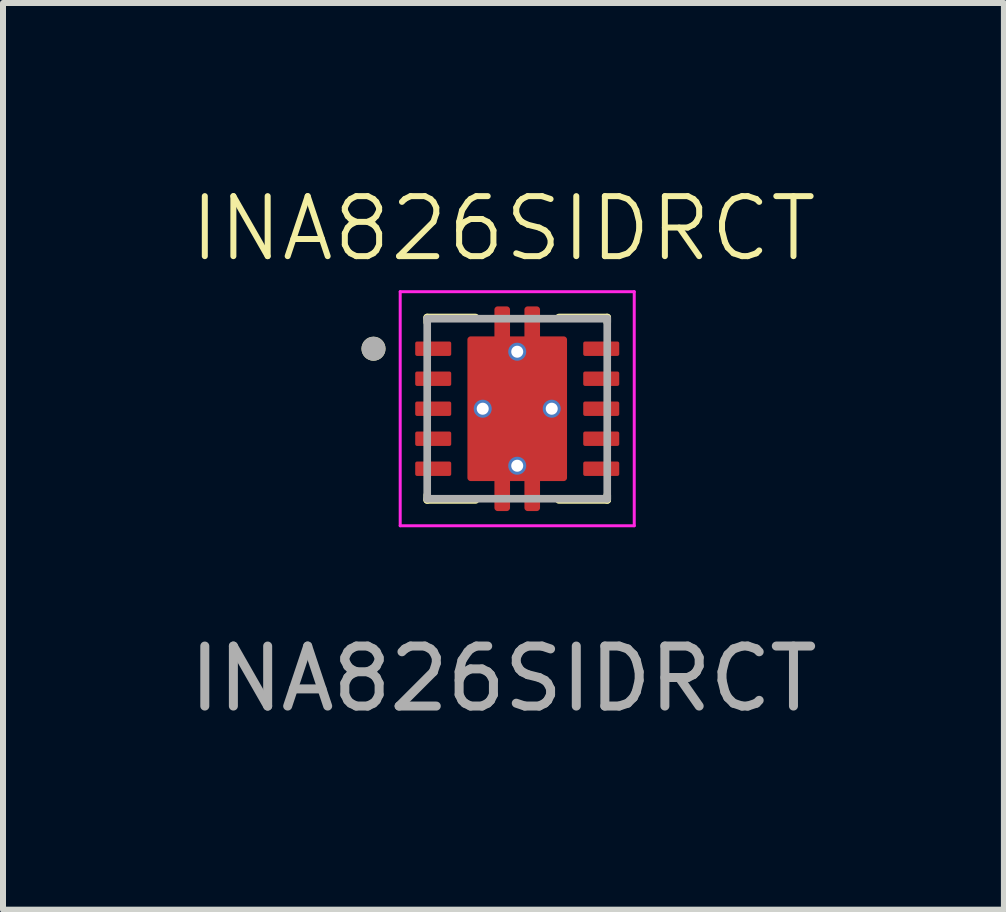
<source format=kicad_pcb>
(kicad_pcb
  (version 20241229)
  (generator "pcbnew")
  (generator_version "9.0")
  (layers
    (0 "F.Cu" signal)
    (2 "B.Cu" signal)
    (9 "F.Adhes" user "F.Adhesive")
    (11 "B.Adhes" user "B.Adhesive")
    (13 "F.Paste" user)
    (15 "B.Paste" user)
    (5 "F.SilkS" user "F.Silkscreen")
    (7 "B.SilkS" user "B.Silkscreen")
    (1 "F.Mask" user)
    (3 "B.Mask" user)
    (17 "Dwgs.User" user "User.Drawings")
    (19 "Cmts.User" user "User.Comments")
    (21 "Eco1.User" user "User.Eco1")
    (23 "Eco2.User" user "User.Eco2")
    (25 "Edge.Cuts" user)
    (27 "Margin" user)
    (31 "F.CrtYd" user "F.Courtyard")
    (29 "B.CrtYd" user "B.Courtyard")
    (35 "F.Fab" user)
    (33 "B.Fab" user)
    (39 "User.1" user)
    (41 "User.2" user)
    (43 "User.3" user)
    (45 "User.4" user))
  (footprint "INA826SIDRCT"
    (layer "F.Cu")
    (at 5.339 5.761)
    (property "Reference" "INA826SIDRCT" (at 0 -5 0) (unlocked yes) (layer "F.SilkS") (effects (font (size 1 1) (thickness 0.1))))
    (attr smd)
    (fp_poly (pts (xy -1.49 -3.19) (xy -0.85 -3.19) (xy -0.847 -3.19) (xy -0.845 -3.19) (xy -0.842 -3.189) (xy -0.84 -3.189) (xy -0.837 -3.188) (xy -0.835 -3.188) (xy -0.832 -3.187) (xy -0.83 -3.186) (xy -0.827 -3.185) (xy -0.825 -3.183) (xy -0.823 -3.182) (xy -0.821 -3.18) (xy -0.819 -3.179) (xy -0.817 -3.177) (xy -0.815 -3.175) (xy -0.813 -3.173) (xy -0.811 -3.171) (xy -0.81 -3.169) (xy -0.808 -3.167) (xy -0.807 -3.165) (xy -0.805 -3.163) (xy -0.804 -3.16) (xy -0.803 -3.158) (xy -0.802 -3.155) (xy -0.802 -3.153) (xy -0.801 -3.15) (xy -0.801 -3.148) (xy -0.8 -3.145) (xy -0.8 -3.143) (xy -0.8 -3.14) (xy -0.8 -2.86) (xy -0.8 -2.857) (xy -0.8 -2.855) (xy -0.801 -2.852) (xy -0.801 -2.85) (xy -0.802 -2.847) (xy -0.802 -2.845) (xy -0.803 -2.842) (xy -0.804 -2.84) (xy -0.805 -2.837) (xy -0.807 -2.835) (xy -0.808 -2.833) (xy -0.81 -2.831) (xy -0.811 -2.829) (xy -0.813 -2.827) (xy -0.815 -2.825) (xy -0.817 -2.823) (xy -0.819 -2.821) (xy -0.821 -2.82) (xy -0.823 -2.818) (xy -0.825 -2.817) (xy -0.827 -2.815) (xy -0.83 -2.814) (xy -0.832 -2.813) (xy -0.835 -2.812) (xy -0.837 -2.812) (xy -0.84 -2.811) (xy -0.842 -2.811) (xy -0.845 -2.81) (xy -0.847 -2.81) (xy -0.85 -2.81) (xy -1.49 -2.81) (xy -1.493 -2.81) (xy -1.495 -2.81) (xy -1.498 -2.811) (xy -1.5 -2.811) (xy -1.503 -2.812) (xy -1.505 -2.812) (xy -1.508 -2.813) (xy -1.51 -2.814) (xy -1.513 -2.815) (xy -1.515 -2.817) (xy -1.517 -2.818) (xy -1.519 -2.82) (xy -1.521 -2.821) (xy -1.523 -2.823) (xy -1.525 -2.825) (xy -1.527 -2.827) (xy -1.529 -2.829) (xy -1.53 -2.831) (xy -1.532 -2.833) (xy -1.533 -2.835) (xy -1.535 -2.837) (xy -1.536 -2.84) (xy -1.537 -2.842) (xy -1.538 -2.845) (xy -1.538 -2.847) (xy -1.539 -2.85) (xy -1.539 -2.852) (xy -1.54 -2.855) (xy -1.54 -2.857) (xy -1.54 -2.86) (xy -1.54 -3.14) (xy -1.54 -3.143) (xy -1.54 -3.145) (xy -1.539 -3.148) (xy -1.539 -3.15) (xy -1.538 -3.153) (xy -1.538 -3.155) (xy -1.537 -3.158) (xy -1.536 -3.16) (xy -1.535 -3.163) (xy -1.533 -3.165) (xy -1.532 -3.167) (xy -1.53 -3.169) (xy -1.529 -3.171) (xy -1.527 -3.173) (xy -1.525 -3.175) (xy -1.523 -3.177) (xy -1.521 -3.179) (xy -1.519 -3.18) (xy -1.517 -3.182) (xy -1.515 -3.183) (xy -1.513 -3.185) (xy -1.51 -3.186) (xy -1.508 -3.187) (xy -1.505 -3.188) (xy -1.503 -3.188) (xy -1.5 -3.189) (xy -1.498 -3.189) (xy -1.495 -3.19) (xy -1.493 -3.19) (xy -1.49 -3.19)) (stroke (width 0.01) (type solid)) (fill yes) (layer "F.Mask"))
    (fp_poly (pts (xy -1.49 -2.69) (xy -0.85 -2.69) (xy -0.847 -2.69) (xy -0.845 -2.69) (xy -0.842 -2.689) (xy -0.84 -2.689) (xy -0.837 -2.688) (xy -0.835 -2.688) (xy -0.832 -2.687) (xy -0.83 -2.686) (xy -0.827 -2.685) (xy -0.825 -2.683) (xy -0.823 -2.682) (xy -0.821 -2.68) (xy -0.819 -2.679) (xy -0.817 -2.677) (xy -0.815 -2.675) (xy -0.813 -2.673) (xy -0.811 -2.671) (xy -0.81 -2.669) (xy -0.808 -2.667) (xy -0.807 -2.665) (xy -0.805 -2.663) (xy -0.804 -2.66) (xy -0.803 -2.658) (xy -0.802 -2.655) (xy -0.802 -2.653) (xy -0.801 -2.65) (xy -0.801 -2.648) (xy -0.8 -2.645) (xy -0.8 -2.643) (xy -0.8 -2.64) (xy -0.8 -2.36) (xy -0.8 -2.357) (xy -0.8 -2.355) (xy -0.801 -2.352) (xy -0.801 -2.35) (xy -0.802 -2.347) (xy -0.802 -2.345) (xy -0.803 -2.342) (xy -0.804 -2.34) (xy -0.805 -2.337) (xy -0.807 -2.335) (xy -0.808 -2.333) (xy -0.81 -2.331) (xy -0.811 -2.329) (xy -0.813 -2.327) (xy -0.815 -2.325) (xy -0.817 -2.323) (xy -0.819 -2.321) (xy -0.821 -2.32) (xy -0.823 -2.318) (xy -0.825 -2.317) (xy -0.827 -2.315) (xy -0.83 -2.314) (xy -0.832 -2.313) (xy -0.835 -2.312) (xy -0.837 -2.312) (xy -0.84 -2.311) (xy -0.842 -2.311) (xy -0.845 -2.31) (xy -0.847 -2.31) (xy -0.85 -2.31) (xy -1.49 -2.31) (xy -1.493 -2.31) (xy -1.495 -2.31) (xy -1.498 -2.311) (xy -1.5 -2.311) (xy -1.503 -2.312) (xy -1.505 -2.312) (xy -1.508 -2.313) (xy -1.51 -2.314) (xy -1.513 -2.315) (xy -1.515 -2.317) (xy -1.517 -2.318) (xy -1.519 -2.32) (xy -1.521 -2.321) (xy -1.523 -2.323) (xy -1.525 -2.325) (xy -1.527 -2.327) (xy -1.529 -2.329) (xy -1.53 -2.331) (xy -1.532 -2.333) (xy -1.533 -2.335) (xy -1.535 -2.337) (xy -1.536 -2.34) (xy -1.537 -2.342) (xy -1.538 -2.345) (xy -1.538 -2.347) (xy -1.539 -2.35) (xy -1.539 -2.352) (xy -1.54 -2.355) (xy -1.54 -2.357) (xy -1.54 -2.36) (xy -1.54 -2.64) (xy -1.54 -2.643) (xy -1.54 -2.645) (xy -1.539 -2.648) (xy -1.539 -2.65) (xy -1.538 -2.653) (xy -1.538 -2.655) (xy -1.537 -2.658) (xy -1.536 -2.66) (xy -1.535 -2.663) (xy -1.533 -2.665) (xy -1.532 -2.667) (xy -1.53 -2.669) (xy -1.529 -2.671) (xy -1.527 -2.673) (xy -1.525 -2.675) (xy -1.523 -2.677) (xy -1.521 -2.679) (xy -1.519 -2.68) (xy -1.517 -2.682) (xy -1.515 -2.683) (xy -1.513 -2.685) (xy -1.51 -2.686) (xy -1.508 -2.687) (xy -1.505 -2.688) (xy -1.503 -2.688) (xy -1.5 -2.689) (xy -1.498 -2.689) (xy -1.495 -2.69) (xy -1.493 -2.69) (xy -1.49 -2.69)) (stroke (width 0.01) (type solid)) (fill yes) (layer "F.Mask"))
    (fp_poly (pts (xy -1.49 -2.19) (xy -0.85 -2.19) (xy -0.847 -2.19) (xy -0.845 -2.19) (xy -0.842 -2.189) (xy -0.84 -2.189) (xy -0.837 -2.188) (xy -0.835 -2.188) (xy -0.832 -2.187) (xy -0.83 -2.186) (xy -0.827 -2.185) (xy -0.825 -2.183) (xy -0.823 -2.182) (xy -0.821 -2.18) (xy -0.819 -2.179) (xy -0.817 -2.177) (xy -0.815 -2.175) (xy -0.813 -2.173) (xy -0.811 -2.171) (xy -0.81 -2.169) (xy -0.808 -2.167) (xy -0.807 -2.165) (xy -0.805 -2.163) (xy -0.804 -2.16) (xy -0.803 -2.158) (xy -0.802 -2.155) (xy -0.802 -2.153) (xy -0.801 -2.15) (xy -0.801 -2.148) (xy -0.8 -2.145) (xy -0.8 -2.143) (xy -0.8 -2.14) (xy -0.8 -1.86) (xy -0.8 -1.857) (xy -0.8 -1.855) (xy -0.801 -1.852) (xy -0.801 -1.85) (xy -0.802 -1.847) (xy -0.802 -1.845) (xy -0.803 -1.842) (xy -0.804 -1.84) (xy -0.805 -1.837) (xy -0.807 -1.835) (xy -0.808 -1.833) (xy -0.81 -1.831) (xy -0.811 -1.829) (xy -0.813 -1.827) (xy -0.815 -1.825) (xy -0.817 -1.823) (xy -0.819 -1.821) (xy -0.821 -1.82) (xy -0.823 -1.818) (xy -0.825 -1.817) (xy -0.827 -1.815) (xy -0.83 -1.814) (xy -0.832 -1.813) (xy -0.835 -1.812) (xy -0.837 -1.812) (xy -0.84 -1.811) (xy -0.842 -1.811) (xy -0.845 -1.81) (xy -0.847 -1.81) (xy -0.85 -1.81) (xy -1.49 -1.81) (xy -1.493 -1.81) (xy -1.495 -1.81) (xy -1.498 -1.811) (xy -1.5 -1.811) (xy -1.503 -1.812) (xy -1.505 -1.812) (xy -1.508 -1.813) (xy -1.51 -1.814) (xy -1.513 -1.815) (xy -1.515 -1.817) (xy -1.517 -1.818) (xy -1.519 -1.82) (xy -1.521 -1.821) (xy -1.523 -1.823) (xy -1.525 -1.825) (xy -1.527 -1.827) (xy -1.529 -1.829) (xy -1.53 -1.831) (xy -1.532 -1.833) (xy -1.533 -1.835) (xy -1.535 -1.837) (xy -1.536 -1.84) (xy -1.537 -1.842) (xy -1.538 -1.845) (xy -1.538 -1.847) (xy -1.539 -1.85) (xy -1.539 -1.852) (xy -1.54 -1.855) (xy -1.54 -1.857) (xy -1.54 -1.86) (xy -1.54 -2.14) (xy -1.54 -2.143) (xy -1.54 -2.145) (xy -1.539 -2.148) (xy -1.539 -2.15) (xy -1.538 -2.153) (xy -1.538 -2.155) (xy -1.537 -2.158) (xy -1.536 -2.16) (xy -1.535 -2.163) (xy -1.533 -2.165) (xy -1.532 -2.167) (xy -1.53 -2.169) (xy -1.529 -2.171) (xy -1.527 -2.173) (xy -1.525 -2.175) (xy -1.523 -2.177) (xy -1.521 -2.179) (xy -1.519 -2.18) (xy -1.517 -2.182) (xy -1.515 -2.183) (xy -1.513 -2.185) (xy -1.51 -2.186) (xy -1.508 -2.187) (xy -1.505 -2.188) (xy -1.503 -2.188) (xy -1.5 -2.189) (xy -1.498 -2.189) (xy -1.495 -2.19) (xy -1.493 -2.19) (xy -1.49 -2.19)) (stroke (width 0.01) (type solid)) (fill yes) (layer "F.Mask"))
    (fp_poly (pts (xy -1.49 -1.69) (xy -0.85 -1.69) (xy -0.847 -1.69) (xy -0.845 -1.69) (xy -0.842 -1.689) (xy -0.84 -1.689) (xy -0.837 -1.688) (xy -0.835 -1.688) (xy -0.832 -1.687) (xy -0.83 -1.686) (xy -0.827 -1.685) (xy -0.825 -1.683) (xy -0.823 -1.682) (xy -0.821 -1.68) (xy -0.819 -1.679) (xy -0.817 -1.677) (xy -0.815 -1.675) (xy -0.813 -1.673) (xy -0.811 -1.671) (xy -0.81 -1.669) (xy -0.808 -1.667) (xy -0.807 -1.665) (xy -0.805 -1.663) (xy -0.804 -1.66) (xy -0.803 -1.658) (xy -0.802 -1.655) (xy -0.802 -1.653) (xy -0.801 -1.65) (xy -0.801 -1.648) (xy -0.8 -1.645) (xy -0.8 -1.643) (xy -0.8 -1.64) (xy -0.8 -1.36) (xy -0.8 -1.357) (xy -0.8 -1.355) (xy -0.801 -1.352) (xy -0.801 -1.35) (xy -0.802 -1.347) (xy -0.802 -1.345) (xy -0.803 -1.342) (xy -0.804 -1.34) (xy -0.805 -1.337) (xy -0.807 -1.335) (xy -0.808 -1.333) (xy -0.81 -1.331) (xy -0.811 -1.329) (xy -0.813 -1.327) (xy -0.815 -1.325) (xy -0.817 -1.323) (xy -0.819 -1.321) (xy -0.821 -1.32) (xy -0.823 -1.318) (xy -0.825 -1.317) (xy -0.827 -1.315) (xy -0.83 -1.314) (xy -0.832 -1.313) (xy -0.835 -1.312) (xy -0.837 -1.312) (xy -0.84 -1.311) (xy -0.842 -1.311) (xy -0.845 -1.31) (xy -0.847 -1.31) (xy -0.85 -1.31) (xy -1.49 -1.31) (xy -1.493 -1.31) (xy -1.495 -1.31) (xy -1.498 -1.311) (xy -1.5 -1.311) (xy -1.503 -1.312) (xy -1.505 -1.312) (xy -1.508 -1.313) (xy -1.51 -1.314) (xy -1.513 -1.315) (xy -1.515 -1.317) (xy -1.517 -1.318) (xy -1.519 -1.32) (xy -1.521 -1.321) (xy -1.523 -1.323) (xy -1.525 -1.325) (xy -1.527 -1.327) (xy -1.529 -1.329) (xy -1.53 -1.331) (xy -1.532 -1.333) (xy -1.533 -1.335) (xy -1.535 -1.337) (xy -1.536 -1.34) (xy -1.537 -1.342) (xy -1.538 -1.345) (xy -1.538 -1.347) (xy -1.539 -1.35) (xy -1.539 -1.352) (xy -1.54 -1.355) (xy -1.54 -1.357) (xy -1.54 -1.36) (xy -1.54 -1.64) (xy -1.54 -1.643) (xy -1.54 -1.645) (xy -1.539 -1.648) (xy -1.539 -1.65) (xy -1.538 -1.653) (xy -1.538 -1.655) (xy -1.537 -1.658) (xy -1.536 -1.66) (xy -1.535 -1.663) (xy -1.533 -1.665) (xy -1.532 -1.667) (xy -1.53 -1.669) (xy -1.529 -1.671) (xy -1.527 -1.673) (xy -1.525 -1.675) (xy -1.523 -1.677) (xy -1.521 -1.679) (xy -1.519 -1.68) (xy -1.517 -1.682) (xy -1.515 -1.683) (xy -1.513 -1.685) (xy -1.51 -1.686) (xy -1.508 -1.687) (xy -1.505 -1.688) (xy -1.503 -1.688) (xy -1.5 -1.689) (xy -1.498 -1.689) (xy -1.495 -1.69) (xy -1.493 -1.69) (xy -1.49 -1.69)) (stroke (width 0.01) (type solid)) (fill yes) (layer "F.Mask"))
    (fp_poly (pts (xy -1.49 -1.19) (xy -0.85 -1.19) (xy -0.847 -1.19) (xy -0.845 -1.19) (xy -0.842 -1.189) (xy -0.84 -1.189) (xy -0.837 -1.188) (xy -0.835 -1.188) (xy -0.832 -1.187) (xy -0.83 -1.186) (xy -0.827 -1.185) (xy -0.825 -1.183) (xy -0.823 -1.182) (xy -0.821 -1.18) (xy -0.819 -1.179) (xy -0.817 -1.177) (xy -0.815 -1.175) (xy -0.813 -1.173) (xy -0.811 -1.171) (xy -0.81 -1.169) (xy -0.808 -1.167) (xy -0.807 -1.165) (xy -0.805 -1.163) (xy -0.804 -1.16) (xy -0.803 -1.158) (xy -0.802 -1.155) (xy -0.802 -1.153) (xy -0.801 -1.15) (xy -0.801 -1.148) (xy -0.8 -1.145) (xy -0.8 -1.143) (xy -0.8 -1.14) (xy -0.8 -0.86) (xy -0.8 -0.857) (xy -0.8 -0.855) (xy -0.801 -0.852) (xy -0.801 -0.85) (xy -0.802 -0.847) (xy -0.802 -0.845) (xy -0.803 -0.842) (xy -0.804 -0.84) (xy -0.805 -0.837) (xy -0.807 -0.835) (xy -0.808 -0.833) (xy -0.81 -0.831) (xy -0.811 -0.829) (xy -0.813 -0.827) (xy -0.815 -0.825) (xy -0.817 -0.823) (xy -0.819 -0.821) (xy -0.821 -0.82) (xy -0.823 -0.818) (xy -0.825 -0.817) (xy -0.827 -0.815) (xy -0.83 -0.814) (xy -0.832 -0.813) (xy -0.835 -0.812) (xy -0.837 -0.812) (xy -0.84 -0.811) (xy -0.842 -0.811) (xy -0.845 -0.81) (xy -0.847 -0.81) (xy -0.85 -0.81) (xy -1.49 -0.81) (xy -1.493 -0.81) (xy -1.495 -0.81) (xy -1.498 -0.811) (xy -1.5 -0.811) (xy -1.503 -0.812) (xy -1.505 -0.812) (xy -1.508 -0.813) (xy -1.51 -0.814) (xy -1.513 -0.815) (xy -1.515 -0.817) (xy -1.517 -0.818) (xy -1.519 -0.82) (xy -1.521 -0.821) (xy -1.523 -0.823) (xy -1.525 -0.825) (xy -1.527 -0.827) (xy -1.529 -0.829) (xy -1.53 -0.831) (xy -1.532 -0.833) (xy -1.533 -0.835) (xy -1.535 -0.837) (xy -1.536 -0.84) (xy -1.537 -0.842) (xy -1.538 -0.845) (xy -1.538 -0.847) (xy -1.539 -0.85) (xy -1.539 -0.852) (xy -1.54 -0.855) (xy -1.54 -0.857) (xy -1.54 -0.86) (xy -1.54 -1.14) (xy -1.54 -1.143) (xy -1.54 -1.145) (xy -1.539 -1.148) (xy -1.539 -1.15) (xy -1.538 -1.153) (xy -1.538 -1.155) (xy -1.537 -1.158) (xy -1.536 -1.16) (xy -1.535 -1.163) (xy -1.533 -1.165) (xy -1.532 -1.167) (xy -1.53 -1.169) (xy -1.529 -1.171) (xy -1.527 -1.173) (xy -1.525 -1.175) (xy -1.523 -1.177) (xy -1.521 -1.179) (xy -1.519 -1.18) (xy -1.517 -1.182) (xy -1.515 -1.183) (xy -1.513 -1.185) (xy -1.51 -1.186) (xy -1.508 -1.187) (xy -1.505 -1.188) (xy -1.503 -1.188) (xy -1.5 -1.189) (xy -1.498 -1.189) (xy -1.495 -1.19) (xy -1.493 -1.19) (xy -1.49 -1.19)) (stroke (width 0.01) (type solid)) (fill yes) (layer "F.Mask"))
    (fp_poly (pts (xy 1.31 -3.19) (xy 1.95 -3.19) (xy 1.953 -3.19) (xy 1.955 -3.19) (xy 1.958 -3.189) (xy 1.96 -3.189) (xy 1.963 -3.188) (xy 1.965 -3.188) (xy 1.968 -3.187) (xy 1.97 -3.186) (xy 1.973 -3.185) (xy 1.975 -3.183) (xy 1.977 -3.182) (xy 1.979 -3.18) (xy 1.981 -3.179) (xy 1.983 -3.177) (xy 1.985 -3.175) (xy 1.987 -3.173) (xy 1.989 -3.171) (xy 1.99 -3.169) (xy 1.992 -3.167) (xy 1.993 -3.165) (xy 1.995 -3.163) (xy 1.996 -3.16) (xy 1.997 -3.158) (xy 1.998 -3.155) (xy 1.998 -3.153) (xy 1.999 -3.15) (xy 1.999 -3.148) (xy 2 -3.145) (xy 2 -3.143) (xy 2 -3.14) (xy 2 -2.86) (xy 2 -2.857) (xy 2 -2.855) (xy 1.999 -2.852) (xy 1.999 -2.85) (xy 1.998 -2.847) (xy 1.998 -2.845) (xy 1.997 -2.842) (xy 1.996 -2.84) (xy 1.995 -2.837) (xy 1.993 -2.835) (xy 1.992 -2.833) (xy 1.99 -2.831) (xy 1.989 -2.829) (xy 1.987 -2.827) (xy 1.985 -2.825) (xy 1.983 -2.823) (xy 1.981 -2.821) (xy 1.979 -2.82) (xy 1.977 -2.818) (xy 1.975 -2.817) (xy 1.973 -2.815) (xy 1.97 -2.814) (xy 1.968 -2.813) (xy 1.965 -2.812) (xy 1.963 -2.812) (xy 1.96 -2.811) (xy 1.958 -2.811) (xy 1.955 -2.81) (xy 1.953 -2.81) (xy 1.95 -2.81) (xy 1.31 -2.81) (xy 1.307 -2.81) (xy 1.305 -2.81) (xy 1.302 -2.811) (xy 1.3 -2.811) (xy 1.297 -2.812) (xy 1.295 -2.812) (xy 1.292 -2.813) (xy 1.29 -2.814) (xy 1.287 -2.815) (xy 1.285 -2.817) (xy 1.283 -2.818) (xy 1.281 -2.82) (xy 1.279 -2.821) (xy 1.277 -2.823) (xy 1.275 -2.825) (xy 1.273 -2.827) (xy 1.271 -2.829) (xy 1.27 -2.831) (xy 1.268 -2.833) (xy 1.267 -2.835) (xy 1.265 -2.837) (xy 1.264 -2.84) (xy 1.263 -2.842) (xy 1.262 -2.845) (xy 1.262 -2.847) (xy 1.261 -2.85) (xy 1.261 -2.852) (xy 1.26 -2.855) (xy 1.26 -2.857) (xy 1.26 -2.86) (xy 1.26 -3.14) (xy 1.26 -3.143) (xy 1.26 -3.145) (xy 1.261 -3.148) (xy 1.261 -3.15) (xy 1.262 -3.153) (xy 1.262 -3.155) (xy 1.263 -3.158) (xy 1.264 -3.16) (xy 1.265 -3.163) (xy 1.267 -3.165) (xy 1.268 -3.167) (xy 1.27 -3.169) (xy 1.271 -3.171) (xy 1.273 -3.173) (xy 1.275 -3.175) (xy 1.277 -3.177) (xy 1.279 -3.179) (xy 1.281 -3.18) (xy 1.283 -3.182) (xy 1.285 -3.183) (xy 1.287 -3.185) (xy 1.29 -3.186) (xy 1.292 -3.187) (xy 1.295 -3.188) (xy 1.297 -3.188) (xy 1.3 -3.189) (xy 1.302 -3.189) (xy 1.305 -3.19) (xy 1.307 -3.19) (xy 1.31 -3.19)) (stroke (width 0.01) (type solid)) (fill yes) (layer "F.Mask"))
    (fp_poly (pts (xy 1.31 -2.69) (xy 1.95 -2.69) (xy 1.953 -2.69) (xy 1.955 -2.69) (xy 1.958 -2.689) (xy 1.96 -2.689) (xy 1.963 -2.688) (xy 1.965 -2.688) (xy 1.968 -2.687) (xy 1.97 -2.686) (xy 1.973 -2.685) (xy 1.975 -2.683) (xy 1.977 -2.682) (xy 1.979 -2.68) (xy 1.981 -2.679) (xy 1.983 -2.677) (xy 1.985 -2.675) (xy 1.987 -2.673) (xy 1.989 -2.671) (xy 1.99 -2.669) (xy 1.992 -2.667) (xy 1.993 -2.665) (xy 1.995 -2.663) (xy 1.996 -2.66) (xy 1.997 -2.658) (xy 1.998 -2.655) (xy 1.998 -2.653) (xy 1.999 -2.65) (xy 1.999 -2.648) (xy 2 -2.645) (xy 2 -2.643) (xy 2 -2.64) (xy 2 -2.36) (xy 2 -2.357) (xy 2 -2.355) (xy 1.999 -2.352) (xy 1.999 -2.35) (xy 1.998 -2.347) (xy 1.998 -2.345) (xy 1.997 -2.342) (xy 1.996 -2.34) (xy 1.995 -2.337) (xy 1.993 -2.335) (xy 1.992 -2.333) (xy 1.99 -2.331) (xy 1.989 -2.329) (xy 1.987 -2.327) (xy 1.985 -2.325) (xy 1.983 -2.323) (xy 1.981 -2.321) (xy 1.979 -2.32) (xy 1.977 -2.318) (xy 1.975 -2.317) (xy 1.973 -2.315) (xy 1.97 -2.314) (xy 1.968 -2.313) (xy 1.965 -2.312) (xy 1.963 -2.312) (xy 1.96 -2.311) (xy 1.958 -2.311) (xy 1.955 -2.31) (xy 1.953 -2.31) (xy 1.95 -2.31) (xy 1.31 -2.31) (xy 1.307 -2.31) (xy 1.305 -2.31) (xy 1.302 -2.311) (xy 1.3 -2.311) (xy 1.297 -2.312) (xy 1.295 -2.312) (xy 1.292 -2.313) (xy 1.29 -2.314) (xy 1.287 -2.315) (xy 1.285 -2.317) (xy 1.283 -2.318) (xy 1.281 -2.32) (xy 1.279 -2.321) (xy 1.277 -2.323) (xy 1.275 -2.325) (xy 1.273 -2.327) (xy 1.271 -2.329) (xy 1.27 -2.331) (xy 1.268 -2.333) (xy 1.267 -2.335) (xy 1.265 -2.337) (xy 1.264 -2.34) (xy 1.263 -2.342) (xy 1.262 -2.345) (xy 1.262 -2.347) (xy 1.261 -2.35) (xy 1.261 -2.352) (xy 1.26 -2.355) (xy 1.26 -2.357) (xy 1.26 -2.36) (xy 1.26 -2.64) (xy 1.26 -2.643) (xy 1.26 -2.645) (xy 1.261 -2.648) (xy 1.261 -2.65) (xy 1.262 -2.653) (xy 1.262 -2.655) (xy 1.263 -2.658) (xy 1.264 -2.66) (xy 1.265 -2.663) (xy 1.267 -2.665) (xy 1.268 -2.667) (xy 1.27 -2.669) (xy 1.271 -2.671) (xy 1.273 -2.673) (xy 1.275 -2.675) (xy 1.277 -2.677) (xy 1.279 -2.679) (xy 1.281 -2.68) (xy 1.283 -2.682) (xy 1.285 -2.683) (xy 1.287 -2.685) (xy 1.29 -2.686) (xy 1.292 -2.687) (xy 1.295 -2.688) (xy 1.297 -2.688) (xy 1.3 -2.689) (xy 1.302 -2.689) (xy 1.305 -2.69) (xy 1.307 -2.69) (xy 1.31 -2.69)) (stroke (width 0.01) (type solid)) (fill yes) (layer "F.Mask"))
    (fp_poly (pts (xy 1.31 -2.19) (xy 1.95 -2.19) (xy 1.953 -2.19) (xy 1.955 -2.19) (xy 1.958 -2.189) (xy 1.96 -2.189) (xy 1.963 -2.188) (xy 1.965 -2.188) (xy 1.968 -2.187) (xy 1.97 -2.186) (xy 1.973 -2.185) (xy 1.975 -2.183) (xy 1.977 -2.182) (xy 1.979 -2.18) (xy 1.981 -2.179) (xy 1.983 -2.177) (xy 1.985 -2.175) (xy 1.987 -2.173) (xy 1.989 -2.171) (xy 1.99 -2.169) (xy 1.992 -2.167) (xy 1.993 -2.165) (xy 1.995 -2.163) (xy 1.996 -2.16) (xy 1.997 -2.158) (xy 1.998 -2.155) (xy 1.998 -2.153) (xy 1.999 -2.15) (xy 1.999 -2.148) (xy 2 -2.145) (xy 2 -2.143) (xy 2 -2.14) (xy 2 -1.86) (xy 2 -1.857) (xy 2 -1.855) (xy 1.999 -1.852) (xy 1.999 -1.85) (xy 1.998 -1.847) (xy 1.998 -1.845) (xy 1.997 -1.842) (xy 1.996 -1.84) (xy 1.995 -1.837) (xy 1.993 -1.835) (xy 1.992 -1.833) (xy 1.99 -1.831) (xy 1.989 -1.829) (xy 1.987 -1.827) (xy 1.985 -1.825) (xy 1.983 -1.823) (xy 1.981 -1.821) (xy 1.979 -1.82) (xy 1.977 -1.818) (xy 1.975 -1.817) (xy 1.973 -1.815) (xy 1.97 -1.814) (xy 1.968 -1.813) (xy 1.965 -1.812) (xy 1.963 -1.812) (xy 1.96 -1.811) (xy 1.958 -1.811) (xy 1.955 -1.81) (xy 1.953 -1.81) (xy 1.95 -1.81) (xy 1.31 -1.81) (xy 1.307 -1.81) (xy 1.305 -1.81) (xy 1.302 -1.811) (xy 1.3 -1.811) (xy 1.297 -1.812) (xy 1.295 -1.812) (xy 1.292 -1.813) (xy 1.29 -1.814) (xy 1.287 -1.815) (xy 1.285 -1.817) (xy 1.283 -1.818) (xy 1.281 -1.82) (xy 1.279 -1.821) (xy 1.277 -1.823) (xy 1.275 -1.825) (xy 1.273 -1.827) (xy 1.271 -1.829) (xy 1.27 -1.831) (xy 1.268 -1.833) (xy 1.267 -1.835) (xy 1.265 -1.837) (xy 1.264 -1.84) (xy 1.263 -1.842) (xy 1.262 -1.845) (xy 1.262 -1.847) (xy 1.261 -1.85) (xy 1.261 -1.852) (xy 1.26 -1.855) (xy 1.26 -1.857) (xy 1.26 -1.86) (xy 1.26 -2.14) (xy 1.26 -2.143) (xy 1.26 -2.145) (xy 1.261 -2.148) (xy 1.261 -2.15) (xy 1.262 -2.153) (xy 1.262 -2.155) (xy 1.263 -2.158) (xy 1.264 -2.16) (xy 1.265 -2.163) (xy 1.267 -2.165) (xy 1.268 -2.167) (xy 1.27 -2.169) (xy 1.271 -2.171) (xy 1.273 -2.173) (xy 1.275 -2.175) (xy 1.277 -2.177) (xy 1.279 -2.179) (xy 1.281 -2.18) (xy 1.283 -2.182) (xy 1.285 -2.183) (xy 1.287 -2.185) (xy 1.29 -2.186) (xy 1.292 -2.187) (xy 1.295 -2.188) (xy 1.297 -2.188) (xy 1.3 -2.189) (xy 1.302 -2.189) (xy 1.305 -2.19) (xy 1.307 -2.19) (xy 1.31 -2.19)) (stroke (width 0.01) (type solid)) (fill yes) (layer "F.Mask"))
    (fp_poly (pts (xy 1.31 -1.69) (xy 1.95 -1.69) (xy 1.953 -1.69) (xy 1.955 -1.69) (xy 1.958 -1.689) (xy 1.96 -1.689) (xy 1.963 -1.688) (xy 1.965 -1.688) (xy 1.968 -1.687) (xy 1.97 -1.686) (xy 1.973 -1.685) (xy 1.975 -1.683) (xy 1.977 -1.682) (xy 1.979 -1.68) (xy 1.981 -1.679) (xy 1.983 -1.677) (xy 1.985 -1.675) (xy 1.987 -1.673) (xy 1.989 -1.671) (xy 1.99 -1.669) (xy 1.992 -1.667) (xy 1.993 -1.665) (xy 1.995 -1.663) (xy 1.996 -1.66) (xy 1.997 -1.658) (xy 1.998 -1.655) (xy 1.998 -1.653) (xy 1.999 -1.65) (xy 1.999 -1.648) (xy 2 -1.645) (xy 2 -1.643) (xy 2 -1.64) (xy 2 -1.36) (xy 2 -1.357) (xy 2 -1.355) (xy 1.999 -1.352) (xy 1.999 -1.35) (xy 1.998 -1.347) (xy 1.998 -1.345) (xy 1.997 -1.342) (xy 1.996 -1.34) (xy 1.995 -1.337) (xy 1.993 -1.335) (xy 1.992 -1.333) (xy 1.99 -1.331) (xy 1.989 -1.329) (xy 1.987 -1.327) (xy 1.985 -1.325) (xy 1.983 -1.323) (xy 1.981 -1.321) (xy 1.979 -1.32) (xy 1.977 -1.318) (xy 1.975 -1.317) (xy 1.973 -1.315) (xy 1.97 -1.314) (xy 1.968 -1.313) (xy 1.965 -1.312) (xy 1.963 -1.312) (xy 1.96 -1.311) (xy 1.958 -1.311) (xy 1.955 -1.31) (xy 1.953 -1.31) (xy 1.95 -1.31) (xy 1.31 -1.31) (xy 1.307 -1.31) (xy 1.305 -1.31) (xy 1.302 -1.311) (xy 1.3 -1.311) (xy 1.297 -1.312) (xy 1.295 -1.312) (xy 1.292 -1.313) (xy 1.29 -1.314) (xy 1.287 -1.315) (xy 1.285 -1.317) (xy 1.283 -1.318) (xy 1.281 -1.32) (xy 1.279 -1.321) (xy 1.277 -1.323) (xy 1.275 -1.325) (xy 1.273 -1.327) (xy 1.271 -1.329) (xy 1.27 -1.331) (xy 1.268 -1.333) (xy 1.267 -1.335) (xy 1.265 -1.337) (xy 1.264 -1.34) (xy 1.263 -1.342) (xy 1.262 -1.345) (xy 1.262 -1.347) (xy 1.261 -1.35) (xy 1.261 -1.352) (xy 1.26 -1.355) (xy 1.26 -1.357) (xy 1.26 -1.36) (xy 1.26 -1.64) (xy 1.26 -1.643) (xy 1.26 -1.645) (xy 1.261 -1.648) (xy 1.261 -1.65) (xy 1.262 -1.653) (xy 1.262 -1.655) (xy 1.263 -1.658) (xy 1.264 -1.66) (xy 1.265 -1.663) (xy 1.267 -1.665) (xy 1.268 -1.667) (xy 1.27 -1.669) (xy 1.271 -1.671) (xy 1.273 -1.673) (xy 1.275 -1.675) (xy 1.277 -1.677) (xy 1.279 -1.679) (xy 1.281 -1.68) (xy 1.283 -1.682) (xy 1.285 -1.683) (xy 1.287 -1.685) (xy 1.29 -1.686) (xy 1.292 -1.687) (xy 1.295 -1.688) (xy 1.297 -1.688) (xy 1.3 -1.689) (xy 1.302 -1.689) (xy 1.305 -1.69) (xy 1.307 -1.69) (xy 1.31 -1.69)) (stroke (width 0.01) (type solid)) (fill yes) (layer "F.Mask"))
    (fp_poly (pts (xy 1.31 -1.19) (xy 1.95 -1.19) (xy 1.953 -1.19) (xy 1.955 -1.19) (xy 1.958 -1.189) (xy 1.96 -1.189) (xy 1.963 -1.188) (xy 1.965 -1.188) (xy 1.968 -1.187) (xy 1.97 -1.186) (xy 1.973 -1.185) (xy 1.975 -1.183) (xy 1.977 -1.182) (xy 1.979 -1.18) (xy 1.981 -1.179) (xy 1.983 -1.177) (xy 1.985 -1.175) (xy 1.987 -1.173) (xy 1.989 -1.171) (xy 1.99 -1.169) (xy 1.992 -1.167) (xy 1.993 -1.165) (xy 1.995 -1.163) (xy 1.996 -1.16) (xy 1.997 -1.158) (xy 1.998 -1.155) (xy 1.998 -1.153) (xy 1.999 -1.15) (xy 1.999 -1.148) (xy 2 -1.145) (xy 2 -1.143) (xy 2 -1.14) (xy 2 -0.86) (xy 2 -0.857) (xy 2 -0.855) (xy 1.999 -0.852) (xy 1.999 -0.85) (xy 1.998 -0.847) (xy 1.998 -0.845) (xy 1.997 -0.842) (xy 1.996 -0.84) (xy 1.995 -0.837) (xy 1.993 -0.835) (xy 1.992 -0.833) (xy 1.99 -0.831) (xy 1.989 -0.829) (xy 1.987 -0.827) (xy 1.985 -0.825) (xy 1.983 -0.823) (xy 1.981 -0.821) (xy 1.979 -0.82) (xy 1.977 -0.818) (xy 1.975 -0.817) (xy 1.973 -0.815) (xy 1.97 -0.814) (xy 1.968 -0.813) (xy 1.965 -0.812) (xy 1.963 -0.812) (xy 1.96 -0.811) (xy 1.958 -0.811) (xy 1.955 -0.81) (xy 1.953 -0.81) (xy 1.95 -0.81) (xy 1.31 -0.81) (xy 1.307 -0.81) (xy 1.305 -0.81) (xy 1.302 -0.811) (xy 1.3 -0.811) (xy 1.297 -0.812) (xy 1.295 -0.812) (xy 1.292 -0.813) (xy 1.29 -0.814) (xy 1.287 -0.815) (xy 1.285 -0.817) (xy 1.283 -0.818) (xy 1.281 -0.82) (xy 1.279 -0.821) (xy 1.277 -0.823) (xy 1.275 -0.825) (xy 1.273 -0.827) (xy 1.271 -0.829) (xy 1.27 -0.831) (xy 1.268 -0.833) (xy 1.267 -0.835) (xy 1.265 -0.837) (xy 1.264 -0.84) (xy 1.263 -0.842) (xy 1.262 -0.845) (xy 1.262 -0.847) (xy 1.261 -0.85) (xy 1.261 -0.852) (xy 1.26 -0.855) (xy 1.26 -0.857) (xy 1.26 -0.86) (xy 1.26 -1.14) (xy 1.26 -1.143) (xy 1.26 -1.145) (xy 1.261 -1.148) (xy 1.261 -1.15) (xy 1.262 -1.153) (xy 1.262 -1.155) (xy 1.263 -1.158) (xy 1.264 -1.16) (xy 1.265 -1.163) (xy 1.267 -1.165) (xy 1.268 -1.167) (xy 1.27 -1.169) (xy 1.271 -1.171) (xy 1.273 -1.173) (xy 1.275 -1.175) (xy 1.277 -1.177) (xy 1.279 -1.179) (xy 1.281 -1.18) (xy 1.283 -1.182) (xy 1.285 -1.183) (xy 1.287 -1.185) (xy 1.29 -1.186) (xy 1.292 -1.187) (xy 1.295 -1.188) (xy 1.297 -1.188) (xy 1.3 -1.189) (xy 1.302 -1.189) (xy 1.305 -1.19) (xy 1.307 -1.19) (xy 1.31 -1.19)) (stroke (width 0.01) (type solid)) (fill yes) (layer "F.Mask"))
    (fp_poly (pts (xy -0.215 -0.73) (xy -0.615 -0.73) (xy -0.618 -0.73) (xy -0.62 -0.73) (xy -0.623 -0.731) (xy -0.625 -0.731) (xy -0.628 -0.732) (xy -0.63 -0.732) (xy -0.633 -0.733) (xy -0.635 -0.734) (xy -0.638 -0.735) (xy -0.64 -0.737) (xy -0.642 -0.738) (xy -0.644 -0.74) (xy -0.646 -0.741) (xy -0.648 -0.743) (xy -0.65 -0.745) (xy -0.652 -0.747) (xy -0.654 -0.749) (xy -0.655 -0.751) (xy -0.657 -0.753) (xy -0.658 -0.755) (xy -0.66 -0.757) (xy -0.661 -0.76) (xy -0.662 -0.762) (xy -0.663 -0.765) (xy -0.663 -0.767) (xy -0.664 -0.77) (xy -0.664 -0.772) (xy -0.665 -0.775) (xy -0.665 -0.777) (xy -0.665 -0.78) (xy -0.665 -3.22) (xy -0.665 -3.223) (xy -0.665 -3.225) (xy -0.664 -3.228) (xy -0.664 -3.23) (xy -0.663 -3.233) (xy -0.663 -3.235) (xy -0.662 -3.238) (xy -0.661 -3.24) (xy -0.66 -3.243) (xy -0.658 -3.245) (xy -0.657 -3.247) (xy -0.655 -3.249) (xy -0.654 -3.251) (xy -0.652 -3.253) (xy -0.65 -3.255) (xy -0.648 -3.257) (xy -0.646 -3.259) (xy -0.644 -3.26) (xy -0.642 -3.262) (xy -0.64 -3.263) (xy -0.638 -3.265) (xy -0.635 -3.266) (xy -0.633 -3.267) (xy -0.63 -3.268) (xy -0.628 -3.268) (xy -0.625 -3.269) (xy -0.623 -3.269) (xy -0.62 -3.27) (xy -0.618 -3.27) (xy -0.615 -3.27) (xy -0.215 -3.27) (xy -0.215 -3.72) (xy -0.215 -3.723) (xy -0.215 -3.725) (xy -0.214 -3.728) (xy -0.214 -3.73) (xy -0.213 -3.733) (xy -0.213 -3.735) (xy -0.212 -3.738) (xy -0.211 -3.74) (xy -0.21 -3.743) (xy -0.208 -3.745) (xy -0.207 -3.747) (xy -0.205 -3.749) (xy -0.204 -3.751) (xy -0.202 -3.753) (xy -0.2 -3.755) (xy -0.198 -3.757) (xy -0.196 -3.759) (xy -0.194 -3.76) (xy -0.192 -3.762) (xy -0.19 -3.763) (xy -0.188 -3.765) (xy -0.185 -3.766) (xy -0.183 -3.767) (xy -0.18 -3.768) (xy -0.178 -3.768) (xy -0.175 -3.769) (xy -0.173 -3.769) (xy -0.17 -3.77) (xy -0.168 -3.77) (xy -0.165 -3.77) (xy 0.125 -3.77) (xy 0.128 -3.77) (xy 0.13 -3.77) (xy 0.133 -3.769) (xy 0.135 -3.769) (xy 0.138 -3.768) (xy 0.14 -3.768) (xy 0.143 -3.767) (xy 0.145 -3.766) (xy 0.148 -3.765) (xy 0.15 -3.763) (xy 0.152 -3.762) (xy 0.154 -3.76) (xy 0.156 -3.759) (xy 0.158 -3.757) (xy 0.16 -3.755) (xy 0.162 -3.753) (xy 0.164 -3.751) (xy 0.165 -3.749) (xy 0.167 -3.747) (xy 0.168 -3.745) (xy 0.17 -3.743) (xy 0.171 -3.74) (xy 0.172 -3.738) (xy 0.173 -3.735) (xy 0.173 -3.733) (xy 0.174 -3.73) (xy 0.174 -3.728) (xy 0.175 -3.725) (xy 0.175 -3.723) (xy 0.175 -3.72) (xy 0.175 -3.27) (xy 0.285 -3.27) (xy 0.285 -3.72) (xy 0.285 -3.723) (xy 0.285 -3.725) (xy 0.286 -3.728) (xy 0.286 -3.73) (xy 0.287 -3.733) (xy 0.287 -3.735) (xy 0.288 -3.738) (xy 0.289 -3.74) (xy 0.29 -3.743) (xy 0.292 -3.745) (xy 0.293 -3.747) (xy 0.295 -3.749) (xy 0.296 -3.751) (xy 0.298 -3.753) (xy 0.3 -3.755) (xy 0.302 -3.757) (xy 0.304 -3.759) (xy 0.306 -3.76) (xy 0.308 -3.762) (xy 0.31 -3.763) (xy 0.312 -3.765) (xy 0.315 -3.766) (xy 0.317 -3.767) (xy 0.32 -3.768) (xy 0.322 -3.768) (xy 0.325 -3.769) (xy 0.327 -3.769) (xy 0.33 -3.77) (xy 0.332 -3.77) (xy 0.335 -3.77) (xy 0.625 -3.77) (xy 0.628 -3.77) (xy 0.63 -3.77) (xy 0.633 -3.769) (xy 0.635 -3.769) (xy 0.638 -3.768) (xy 0.64 -3.768) (xy 0.643 -3.767) (xy 0.645 -3.766) (xy 0.648 -3.765) (xy 0.65 -3.763) (xy 0.652 -3.762) (xy 0.654 -3.76) (xy 0.656 -3.759) (xy 0.658 -3.757) (xy 0.66 -3.755) (xy 0.662 -3.753) (xy 0.664 -3.751) (xy 0.665 -3.749) (xy 0.667 -3.747) (xy 0.668 -3.745) (xy 0.67 -3.743) (xy 0.671 -3.74) (xy 0.672 -3.738) (xy 0.673 -3.735) (xy 0.673 -3.733) (xy 0.674 -3.73) (xy 0.674 -3.728) (xy 0.675 -3.725) (xy 0.675 -3.723) (xy 0.675 -3.72) (xy 0.675 -3.27) (xy 1.075 -3.27) (xy 1.078 -3.27) (xy 1.08 -3.27) (xy 1.083 -3.269) (xy 1.085 -3.269) (xy 1.088 -3.268) (xy 1.09 -3.268) (xy 1.093 -3.267) (xy 1.095 -3.266) (xy 1.098 -3.265) (xy 1.1 -3.263) (xy 1.102 -3.262) (xy 1.104 -3.26) (xy 1.106 -3.259) (xy 1.108 -3.257) (xy 1.11 -3.255) (xy 1.112 -3.253) (xy 1.114 -3.251) (xy 1.115 -3.249) (xy 1.117 -3.247) (xy 1.118 -3.245) (xy 1.12 -3.243) (xy 1.121 -3.24) (xy 1.122 -3.238) (xy 1.123 -3.235) (xy 1.123 -3.233) (xy 1.124 -3.23) (xy 1.124 -3.228) (xy 1.125 -3.225) (xy 1.125 -3.223) (xy 1.125 -3.22) (xy 1.125 -0.78) (xy 1.125 -0.777) (xy 1.125 -0.775) (xy 1.124 -0.772) (xy 1.124 -0.77) (xy 1.123 -0.767) (xy 1.123 -0.765) (xy 1.122 -0.762) (xy 1.121 -0.76) (xy 1.12 -0.757) (xy 1.118 -0.755) (xy 1.117 -0.753) (xy 1.115 -0.751) (xy 1.114 -0.749) (xy 1.112 -0.747) (xy 1.11 -0.745) (xy 1.108 -0.743) (xy 1.106 -0.741) (xy 1.104 -0.74) (xy 1.102 -0.738) (xy 1.1 -0.737) (xy 1.098 -0.735) (xy 1.095 -0.734) (xy 1.093 -0.733) (xy 1.09 -0.732) (xy 1.088 -0.732) (xy 1.085 -0.731) (xy 1.083 -0.731) (xy 1.08 -0.73) (xy 1.078 -0.73) (xy 1.075 -0.73) (xy 0.675 -0.73) (xy 0.675 -0.28) (xy 0.675 -0.277) (xy 0.675 -0.275) (xy 0.674 -0.272) (xy 0.674 -0.27) (xy 0.673 -0.267) (xy 0.673 -0.265) (xy 0.672 -0.262) (xy 0.671 -0.26) (xy 0.67 -0.257) (xy 0.668 -0.255) (xy 0.667 -0.253) (xy 0.665 -0.251) (xy 0.664 -0.249) (xy 0.662 -0.247) (xy 0.66 -0.245) (xy 0.658 -0.243) (xy 0.656 -0.241) (xy 0.654 -0.24) (xy 0.652 -0.238) (xy 0.65 -0.237) (xy 0.648 -0.235) (xy 0.645 -0.234) (xy 0.643 -0.233) (xy 0.64 -0.232) (xy 0.638 -0.232) (xy 0.635 -0.231) (xy 0.633 -0.231) (xy 0.63 -0.23) (xy 0.628 -0.23) (xy 0.625 -0.23) (xy 0.335 -0.23) (xy 0.332 -0.23) (xy 0.33 -0.23) (xy 0.327 -0.231) (xy 0.325 -0.231) (xy 0.322 -0.232) (xy 0.32 -0.232) (xy 0.317 -0.233) (xy 0.315 -0.234) (xy 0.312 -0.235) (xy 0.31 -0.237) (xy 0.308 -0.238) (xy 0.306 -0.24) (xy 0.304 -0.241) (xy 0.302 -0.243) (xy 0.3 -0.245) (xy 0.298 -0.247) (xy 0.296 -0.249) (xy 0.295 -0.251) (xy 0.293 -0.253) (xy 0.292 -0.255) (xy 0.29 -0.257) (xy 0.289 -0.26) (xy 0.288 -0.262) (xy 0.287 -0.265) (xy 0.287 -0.267) (xy 0.286 -0.27) (xy 0.286 -0.272) (xy 0.285 -0.275) (xy 0.285 -0.277) (xy 0.285 -0.28) (xy 0.285 -0.73) (xy 0.175 -0.73) (xy 0.175 -0.28) (xy 0.175 -0.277) (xy 0.175 -0.275) (xy 0.174 -0.272) (xy 0.174 -0.27) (xy 0.173 -0.267) (xy 0.173 -0.265) (xy 0.172 -0.262) (xy 0.171 -0.26) (xy 0.17 -0.257) (xy 0.168 -0.255) (xy 0.167 -0.253) (xy 0.165 -0.251) (xy 0.164 -0.249) (xy 0.162 -0.247) (xy 0.16 -0.245) (xy 0.158 -0.243) (xy 0.156 -0.241) (xy 0.154 -0.24) (xy 0.152 -0.238) (xy 0.15 -0.237) (xy 0.148 -0.235) (xy 0.145 -0.234) (xy 0.143 -0.233) (xy 0.14 -0.232) (xy 0.138 -0.232) (xy 0.135 -0.231) (xy 0.133 -0.231) (xy 0.13 -0.23) (xy 0.128 -0.23) (xy 0.125 -0.23) (xy -0.165 -0.23) (xy -0.168 -0.23) (xy -0.17 -0.23) (xy -0.173 -0.231) (xy -0.175 -0.231) (xy -0.178 -0.232) (xy -0.18 -0.232) (xy -0.183 -0.233) (xy -0.185 -0.234) (xy -0.188 -0.235) (xy -0.19 -0.237) (xy -0.192 -0.238) (xy -0.194 -0.24) (xy -0.196 -0.241) (xy -0.198 -0.243) (xy -0.2 -0.245) (xy -0.202 -0.247) (xy -0.204 -0.249) (xy -0.205 -0.251) (xy -0.207 -0.253) (xy -0.208 -0.255) (xy -0.21 -0.257) (xy -0.211 -0.26) (xy -0.212 -0.262) (xy -0.213 -0.265) (xy -0.213 -0.267) (xy -0.214 -0.27) (xy -0.214 -0.272) (xy -0.215 -0.275) (xy -0.215 -0.277) (xy -0.215 -0.28) (xy -0.215 -0.73)) (stroke (width 0.01) (type solid)) (fill yes) (layer "F.Mask"))
    (fp_line (start -1.27 -3.52) (end -1.27 -3.44) (stroke (width 0.127) (type solid)) (layer "F.SilkS"))
    (fp_line (start -1.27 -3.52) (end -0.465 -3.52) (stroke (width 0.127) (type solid)) (layer "F.SilkS"))
    (fp_line (start -1.27 -0.48) (end -1.27 -0.56) (stroke (width 0.127) (type solid)) (layer "F.SilkS"))
    (fp_line (start -1.27 -0.48) (end -0.465 -0.48) (stroke (width 0.127) (type solid)) (layer "F.SilkS"))
    (fp_line (start 0.925 -3.52) (end 1.73 -3.52) (stroke (width 0.127) (type solid)) (layer "F.SilkS"))
    (fp_line (start 0.925 -0.48) (end 1.73 -0.48) (stroke (width 0.127) (type solid)) (layer "F.SilkS"))
    (fp_line (start 1.73 -3.52) (end 1.73 -3.44) (stroke (width 0.127) (type solid)) (layer "F.SilkS"))
    (fp_line (start 1.73 -0.48) (end 1.73 -0.56) (stroke (width 0.127) (type solid)) (layer "F.SilkS"))
    (fp_circle (center -2.165 -3) (end -2.065 -3) (stroke (width 0.2) (type solid)) (fill no) (layer "F.SilkS"))
    (fp_poly (pts (xy -0.145 -3.36) (xy -0.145 -3.65) (xy -0.145 -3.653) (xy -0.145 -3.655) (xy -0.144 -3.658) (xy -0.144 -3.66) (xy -0.143 -3.663) (xy -0.143 -3.665) (xy -0.142 -3.668) (xy -0.141 -3.67) (xy -0.14 -3.673) (xy -0.138 -3.675) (xy -0.137 -3.677) (xy -0.135 -3.679) (xy -0.134 -3.681) (xy -0.132 -3.683) (xy -0.13 -3.685) (xy -0.128 -3.687) (xy -0.126 -3.689) (xy -0.124 -3.69) (xy -0.122 -3.692) (xy -0.12 -3.693) (xy -0.118 -3.695) (xy -0.115 -3.696) (xy -0.113 -3.697) (xy -0.11 -3.698) (xy -0.108 -3.698) (xy -0.105 -3.699) (xy -0.103 -3.699) (xy -0.1 -3.7) (xy -0.098 -3.7) (xy -0.095 -3.7) (xy 0.055 -3.7) (xy 0.058 -3.7) (xy 0.06 -3.7) (xy 0.063 -3.699) (xy 0.065 -3.699) (xy 0.068 -3.698) (xy 0.07 -3.698) (xy 0.073 -3.697) (xy 0.075 -3.696) (xy 0.078 -3.695) (xy 0.08 -3.693) (xy 0.082 -3.692) (xy 0.084 -3.69) (xy 0.086 -3.689) (xy 0.088 -3.687) (xy 0.09 -3.685) (xy 0.092 -3.683) (xy 0.094 -3.681) (xy 0.095 -3.679) (xy 0.097 -3.677) (xy 0.098 -3.675) (xy 0.1 -3.673) (xy 0.101 -3.67) (xy 0.102 -3.668) (xy 0.103 -3.665) (xy 0.103 -3.663) (xy 0.104 -3.66) (xy 0.104 -3.658) (xy 0.105 -3.655) (xy 0.105 -3.653) (xy 0.105 -3.65) (xy 0.105 -3.36) (xy -0.145 -3.36)) (stroke (width 0.01) (type solid)) (fill yes) (layer "F.Paste"))
    (fp_poly (pts (xy 0.105 -0.64) (xy 0.105 -0.35) (xy 0.105 -0.347) (xy 0.105 -0.345) (xy 0.104 -0.342) (xy 0.104 -0.34) (xy 0.103 -0.337) (xy 0.103 -0.335) (xy 0.102 -0.332) (xy 0.101 -0.33) (xy 0.1 -0.327) (xy 0.098 -0.325) (xy 0.097 -0.323) (xy 0.095 -0.321) (xy 0.094 -0.319) (xy 0.092 -0.317) (xy 0.09 -0.315) (xy 0.088 -0.313) (xy 0.086 -0.311) (xy 0.084 -0.31) (xy 0.082 -0.308) (xy 0.08 -0.307) (xy 0.078 -0.305) (xy 0.075 -0.304) (xy 0.073 -0.303) (xy 0.07 -0.302) (xy 0.068 -0.302) (xy 0.065 -0.301) (xy 0.063 -0.301) (xy 0.06 -0.3) (xy 0.058 -0.3) (xy 0.055 -0.3) (xy -0.095 -0.3) (xy -0.098 -0.3) (xy -0.1 -0.3) (xy -0.103 -0.301) (xy -0.105 -0.301) (xy -0.108 -0.302) (xy -0.11 -0.302) (xy -0.113 -0.303) (xy -0.115 -0.304) (xy -0.118 -0.305) (xy -0.12 -0.307) (xy -0.122 -0.308) (xy -0.124 -0.31) (xy -0.126 -0.311) (xy -0.128 -0.313) (xy -0.13 -0.315) (xy -0.132 -0.317) (xy -0.134 -0.319) (xy -0.135 -0.321) (xy -0.137 -0.323) (xy -0.138 -0.325) (xy -0.14 -0.327) (xy -0.141 -0.33) (xy -0.142 -0.332) (xy -0.143 -0.335) (xy -0.143 -0.337) (xy -0.144 -0.34) (xy -0.144 -0.342) (xy -0.145 -0.345) (xy -0.145 -0.347) (xy -0.145 -0.35) (xy -0.145 -0.64) (xy 0.105 -0.64)) (stroke (width 0.01) (type solid)) (fill yes) (layer "F.Paste"))
    (fp_poly (pts (xy 0.355 -3.36) (xy 0.355 -3.65) (xy 0.355 -3.653) (xy 0.355 -3.655) (xy 0.356 -3.658) (xy 0.356 -3.66) (xy 0.357 -3.663) (xy 0.357 -3.665) (xy 0.358 -3.668) (xy 0.359 -3.67) (xy 0.36 -3.673) (xy 0.362 -3.675) (xy 0.363 -3.677) (xy 0.365 -3.679) (xy 0.366 -3.681) (xy 0.368 -3.683) (xy 0.37 -3.685) (xy 0.372 -3.687) (xy 0.374 -3.689) (xy 0.376 -3.69) (xy 0.378 -3.692) (xy 0.38 -3.693) (xy 0.382 -3.695) (xy 0.385 -3.696) (xy 0.387 -3.697) (xy 0.39 -3.698) (xy 0.392 -3.698) (xy 0.395 -3.699) (xy 0.397 -3.699) (xy 0.4 -3.7) (xy 0.402 -3.7) (xy 0.405 -3.7) (xy 0.555 -3.7) (xy 0.558 -3.7) (xy 0.56 -3.7) (xy 0.563 -3.699) (xy 0.565 -3.699) (xy 0.568 -3.698) (xy 0.57 -3.698) (xy 0.573 -3.697) (xy 0.575 -3.696) (xy 0.578 -3.695) (xy 0.58 -3.693) (xy 0.582 -3.692) (xy 0.584 -3.69) (xy 0.586 -3.689) (xy 0.588 -3.687) (xy 0.59 -3.685) (xy 0.592 -3.683) (xy 0.594 -3.681) (xy 0.595 -3.679) (xy 0.597 -3.677) (xy 0.598 -3.675) (xy 0.6 -3.673) (xy 0.601 -3.67) (xy 0.602 -3.668) (xy 0.603 -3.665) (xy 0.603 -3.663) (xy 0.604 -3.66) (xy 0.604 -3.658) (xy 0.605 -3.655) (xy 0.605 -3.653) (xy 0.605 -3.65) (xy 0.605 -3.36) (xy 0.355 -3.36)) (stroke (width 0.01) (type solid)) (fill yes) (layer "F.Paste"))
    (fp_poly (pts (xy 0.605 -0.64) (xy 0.605 -0.35) (xy 0.605 -0.347) (xy 0.605 -0.345) (xy 0.604 -0.342) (xy 0.604 -0.34) (xy 0.603 -0.337) (xy 0.603 -0.335) (xy 0.602 -0.332) (xy 0.601 -0.33) (xy 0.6 -0.327) (xy 0.598 -0.325) (xy 0.597 -0.323) (xy 0.595 -0.321) (xy 0.594 -0.319) (xy 0.592 -0.317) (xy 0.59 -0.315) (xy 0.588 -0.313) (xy 0.586 -0.311) (xy 0.584 -0.31) (xy 0.582 -0.308) (xy 0.58 -0.307) (xy 0.578 -0.305) (xy 0.575 -0.304) (xy 0.573 -0.303) (xy 0.57 -0.302) (xy 0.568 -0.302) (xy 0.565 -0.301) (xy 0.563 -0.301) (xy 0.56 -0.3) (xy 0.558 -0.3) (xy 0.555 -0.3) (xy 0.405 -0.3) (xy 0.402 -0.3) (xy 0.4 -0.3) (xy 0.397 -0.301) (xy 0.395 -0.301) (xy 0.392 -0.302) (xy 0.39 -0.302) (xy 0.387 -0.303) (xy 0.385 -0.304) (xy 0.382 -0.305) (xy 0.38 -0.307) (xy 0.378 -0.308) (xy 0.376 -0.31) (xy 0.374 -0.311) (xy 0.372 -0.313) (xy 0.37 -0.315) (xy 0.368 -0.317) (xy 0.366 -0.319) (xy 0.365 -0.321) (xy 0.363 -0.323) (xy 0.362 -0.325) (xy 0.36 -0.327) (xy 0.359 -0.33) (xy 0.358 -0.332) (xy 0.357 -0.335) (xy 0.357 -0.337) (xy 0.356 -0.34) (xy 0.356 -0.342) (xy 0.355 -0.345) (xy 0.355 -0.347) (xy 0.355 -0.35) (xy 0.355 -0.64) (xy 0.605 -0.64)) (stroke (width 0.01) (type solid)) (fill yes) (layer "F.Paste"))
    (fp_poly (pts (xy -0.52 -2.15) (xy -0.52 -3.11) (xy -0.52 -3.113) (xy -0.52 -3.115) (xy -0.519 -3.118) (xy -0.519 -3.12) (xy -0.518 -3.123) (xy -0.518 -3.125) (xy -0.517 -3.128) (xy -0.516 -3.13) (xy -0.515 -3.133) (xy -0.513 -3.135) (xy -0.512 -3.137) (xy -0.51 -3.139) (xy -0.509 -3.141) (xy -0.507 -3.143) (xy -0.505 -3.145) (xy -0.503 -3.147) (xy -0.501 -3.149) (xy -0.499 -3.15) (xy -0.497 -3.152) (xy -0.495 -3.153) (xy -0.493 -3.155) (xy -0.49 -3.156) (xy -0.488 -3.157) (xy -0.485 -3.158) (xy -0.483 -3.158) (xy -0.48 -3.159) (xy -0.478 -3.159) (xy -0.475 -3.16) (xy -0.473 -3.16) (xy -0.47 -3.16) (xy 0.93 -3.16) (xy 0.933 -3.16) (xy 0.935 -3.16) (xy 0.938 -3.159) (xy 0.94 -3.159) (xy 0.943 -3.158) (xy 0.945 -3.158) (xy 0.948 -3.157) (xy 0.95 -3.156) (xy 0.953 -3.155) (xy 0.955 -3.153) (xy 0.957 -3.152) (xy 0.959 -3.15) (xy 0.961 -3.149) (xy 0.963 -3.147) (xy 0.965 -3.145) (xy 0.967 -3.143) (xy 0.969 -3.141) (xy 0.97 -3.139) (xy 0.972 -3.137) (xy 0.973 -3.135) (xy 0.975 -3.133) (xy 0.976 -3.13) (xy 0.977 -3.128) (xy 0.978 -3.125) (xy 0.978 -3.123) (xy 0.979 -3.12) (xy 0.979 -3.118) (xy 0.98 -3.115) (xy 0.98 -3.113) (xy 0.98 -3.11) (xy 0.98 -2.15) (xy 0.98 -2.147) (xy 0.98 -2.145) (xy 0.979 -2.142) (xy 0.979 -2.14) (xy 0.978 -2.137) (xy 0.978 -2.135) (xy 0.977 -2.132) (xy 0.976 -2.13) (xy 0.975 -2.127) (xy 0.973 -2.125) (xy 0.972 -2.123) (xy 0.97 -2.121) (xy 0.969 -2.119) (xy 0.967 -2.117) (xy 0.965 -2.115) (xy 0.963 -2.113) (xy 0.961 -2.111) (xy 0.959 -2.11) (xy 0.957 -2.108) (xy 0.955 -2.107) (xy 0.953 -2.105) (xy 0.95 -2.104) (xy 0.948 -2.103) (xy 0.945 -2.102) (xy 0.943 -2.102) (xy 0.94 -2.101) (xy 0.938 -2.101) (xy 0.935 -2.1) (xy 0.933 -2.1) (xy 0.93 -2.1) (xy -0.47 -2.1) (xy -0.473 -2.1) (xy -0.475 -2.1) (xy -0.478 -2.101) (xy -0.48 -2.101) (xy -0.483 -2.102) (xy -0.485 -2.102) (xy -0.488 -2.103) (xy -0.49 -2.104) (xy -0.493 -2.105) (xy -0.495 -2.107) (xy -0.497 -2.108) (xy -0.499 -2.11) (xy -0.501 -2.111) (xy -0.503 -2.113) (xy -0.505 -2.115) (xy -0.507 -2.117) (xy -0.509 -2.119) (xy -0.51 -2.121) (xy -0.512 -2.123) (xy -0.513 -2.125) (xy -0.515 -2.127) (xy -0.516 -2.13) (xy -0.517 -2.132) (xy -0.518 -2.135) (xy -0.518 -2.137) (xy -0.519 -2.14) (xy -0.519 -2.142) (xy -0.52 -2.145) (xy -0.52 -2.147) (xy -0.52 -2.15)) (stroke (width 0.01) (type solid)) (fill yes) (layer "F.Paste"))
    (fp_poly (pts (xy -0.52 -0.89) (xy -0.52 -1.85) (xy -0.52 -1.853) (xy -0.52 -1.855) (xy -0.519 -1.858) (xy -0.519 -1.86) (xy -0.518 -1.863) (xy -0.518 -1.865) (xy -0.517 -1.868) (xy -0.516 -1.87) (xy -0.515 -1.873) (xy -0.513 -1.875) (xy -0.512 -1.877) (xy -0.51 -1.879) (xy -0.509 -1.881) (xy -0.507 -1.883) (xy -0.505 -1.885) (xy -0.503 -1.887) (xy -0.501 -1.889) (xy -0.499 -1.89) (xy -0.497 -1.892) (xy -0.495 -1.893) (xy -0.493 -1.895) (xy -0.49 -1.896) (xy -0.488 -1.897) (xy -0.485 -1.898) (xy -0.483 -1.898) (xy -0.48 -1.899) (xy -0.478 -1.899) (xy -0.475 -1.9) (xy -0.473 -1.9) (xy -0.47 -1.9) (xy 0.93 -1.9) (xy 0.933 -1.9) (xy 0.935 -1.9) (xy 0.938 -1.899) (xy 0.94 -1.899) (xy 0.943 -1.898) (xy 0.945 -1.898) (xy 0.948 -1.897) (xy 0.95 -1.896) (xy 0.953 -1.895) (xy 0.955 -1.893) (xy 0.957 -1.892) (xy 0.959 -1.89) (xy 0.961 -1.889) (xy 0.963 -1.887) (xy 0.965 -1.885) (xy 0.967 -1.883) (xy 0.969 -1.881) (xy 0.97 -1.879) (xy 0.972 -1.877) (xy 0.973 -1.875) (xy 0.975 -1.873) (xy 0.976 -1.87) (xy 0.977 -1.868) (xy 0.978 -1.865) (xy 0.978 -1.863) (xy 0.979 -1.86) (xy 0.979 -1.858) (xy 0.98 -1.855) (xy 0.98 -1.853) (xy 0.98 -1.85) (xy 0.98 -0.89) (xy 0.98 -0.887) (xy 0.98 -0.885) (xy 0.979 -0.882) (xy 0.979 -0.88) (xy 0.978 -0.877) (xy 0.978 -0.875) (xy 0.977 -0.872) (xy 0.976 -0.87) (xy 0.975 -0.867) (xy 0.973 -0.865) (xy 0.972 -0.863) (xy 0.97 -0.861) (xy 0.969 -0.859) (xy 0.967 -0.857) (xy 0.965 -0.855) (xy 0.963 -0.853) (xy 0.961 -0.851) (xy 0.959 -0.85) (xy 0.957 -0.848) (xy 0.955 -0.847) (xy 0.953 -0.845) (xy 0.95 -0.844) (xy 0.948 -0.843) (xy 0.945 -0.842) (xy 0.943 -0.842) (xy 0.94 -0.841) (xy 0.938 -0.841) (xy 0.935 -0.84) (xy 0.933 -0.84) (xy 0.93 -0.84) (xy -0.47 -0.84) (xy -0.473 -0.84) (xy -0.475 -0.84) (xy -0.478 -0.841) (xy -0.48 -0.841) (xy -0.483 -0.842) (xy -0.485 -0.842) (xy -0.488 -0.843) (xy -0.49 -0.844) (xy -0.493 -0.845) (xy -0.495 -0.847) (xy -0.497 -0.848) (xy -0.499 -0.85) (xy -0.501 -0.851) (xy -0.503 -0.853) (xy -0.505 -0.855) (xy -0.507 -0.857) (xy -0.509 -0.859) (xy -0.51 -0.861) (xy -0.512 -0.863) (xy -0.513 -0.865) (xy -0.515 -0.867) (xy -0.516 -0.87) (xy -0.517 -0.872) (xy -0.518 -0.875) (xy -0.518 -0.877) (xy -0.519 -0.88) (xy -0.519 -0.882) (xy -0.52 -0.885) (xy -0.52 -0.887) (xy -0.52 -0.89)) (stroke (width 0.01) (type solid)) (fill yes) (layer "F.Paste"))
    (fp_line (start -1.72 -3.95) (end -1.72 -0.05) (stroke (width 0.05) (type solid)) (layer "F.CrtYd"))
    (fp_line (start -1.72 -0.05) (end 2.18 -0.05) (stroke (width 0.05) (type solid)) (layer "F.CrtYd"))
    (fp_line (start 2.18 -3.95) (end -1.72 -3.95) (stroke (width 0.05) (type solid)) (layer "F.CrtYd"))
    (fp_line (start 2.18 -0.05) (end 2.18 -3.95) (stroke (width 0.05) (type solid)) (layer "F.CrtYd"))
    (fp_line (start -1.27 -3.5) (end -1.27 -0.5) (stroke (width 0.127) (type solid)) (layer "F.Fab"))
    (fp_line (start -1.27 -3.5) (end 1.73 -3.5) (stroke (width 0.127) (type solid)) (layer "F.Fab"))
    (fp_line (start -1.27 -0.5) (end 1.73 -0.5) (stroke (width 0.127) (type solid)) (layer "F.Fab"))
    (fp_line (start 1.73 -3.5) (end 1.73 -0.5) (stroke (width 0.127) (type solid)) (layer "F.Fab"))
    (fp_circle (center -2.165 -3) (end -2.065 -3) (stroke (width 0.2) (type solid)) (fill no) (layer "F.Fab"))
    (fp_text user "${REFERENCE}" (at 0 2.5 0) (unlocked yes) (layer "F.Fab") (effects (font (size 1 1) (thickness 0.15))))
    (pad "1" smd roundrect (at -1.17 -3) (size 0.6 0.24) (layers "F.Cu" "F.Paste") (roundrect_rratio 0.125))
    (pad "2" smd roundrect (at -1.17 -2.5) (size 0.6 0.24) (layers "F.Cu" "F.Paste") (roundrect_rratio 0.125))
    (pad "3" smd roundrect (at -1.17 -2) (size 0.6 0.24) (layers "F.Cu" "F.Paste") (roundrect_rratio 0.125))
    (pad "4" smd roundrect (at -1.17 -1.5) (size 0.6 0.24) (layers "F.Cu" "F.Paste") (roundrect_rratio 0.125))
    (pad "5" smd roundrect (at -1.17 -1) (size 0.6 0.24) (layers "F.Cu" "F.Paste") (roundrect_rratio 0.125))
    (pad "6" smd roundrect (at 1.63 -1) (size 0.6 0.24) (layers "F.Cu" "F.Paste") (roundrect_rratio 0.125))
    (pad "7" smd roundrect (at 1.63 -1.5) (size 0.6 0.24) (layers "F.Cu" "F.Paste") (roundrect_rratio 0.125))
    (pad "8" smd roundrect (at 1.63 -2) (size 0.6 0.24) (layers "F.Cu" "F.Paste") (roundrect_rratio 0.125))
    (pad "9" smd roundrect (at 1.63 -2.5) (size 0.6 0.24) (layers "F.Cu" "F.Paste") (roundrect_rratio 0.125))
    (pad "10" smd roundrect (at 1.63 -3) (size 0.6 0.24) (layers "F.Cu" "F.Paste") (roundrect_rratio 0.125))
    (pad "11" smd custom (at 0.23 -2) (size 0.5 0.5) (layers "F.Cu") (options (anchor rect)) (primitives (gr_poly (pts (xy -0.375 1.2) (xy -0.775 1.2) (xy -0.778 1.2) (xy -0.78 1.2) (xy -0.783 1.199) (xy -0.785 1.199) (xy -0.788 1.198) (xy -0.79 1.198) (xy -0.793 1.197) (xy -0.795 1.196) (xy -0.798 1.195) (xy -0.8 1.193) (xy -0.802 1.192) (xy -0.804 1.19) (xy -0.806 1.189) (xy -0.808 1.187) (xy -0.81 1.185) (xy -0.812 1.183) (xy -0.814 1.181) (xy -0.815 1.179) (xy -0.817 1.177) (xy -0.818 1.175) (xy -0.82 1.173) (xy -0.821 1.17) (xy -0.822 1.168) (xy -0.823 1.165) (xy -0.823 1.163) (xy -0.824 1.16) (xy -0.824 1.158) (xy -0.825 1.155) (xy -0.825 1.153) (xy -0.825 1.15) (xy -0.825 -1.15) (xy -0.825 -1.153) (xy -0.825 -1.155) (xy -0.824 -1.158) (xy -0.824 -1.16) (xy -0.823 -1.163) (xy -0.823 -1.165) (xy -0.822 -1.168) (xy -0.821 -1.17) (xy -0.82 -1.173) (xy -0.818 -1.175) (xy -0.817 -1.177) (xy -0.815 -1.179) (xy -0.814 -1.181) (xy -0.812 -1.183) (xy -0.81 -1.185) (xy -0.808 -1.187) (xy -0.806 -1.189) (xy -0.804 -1.19) (xy -0.802 -1.192) (xy -0.8 -1.193) (xy -0.798 -1.195) (xy -0.795 -1.196) (xy -0.793 -1.197) (xy -0.79 -1.198) (xy -0.788 -1.198) (xy -0.785 -1.199) (xy -0.783 -1.199) (xy -0.78 -1.2) (xy -0.778 -1.2) (xy -0.775 -1.2) (xy -0.375 -1.2) (xy -0.375 -1.65) (xy -0.375 -1.653) (xy -0.375 -1.655) (xy -0.374 -1.658) (xy -0.374 -1.66) (xy -0.373 -1.663) (xy -0.373 -1.665) (xy -0.372 -1.668) (xy -0.371 -1.67) (xy -0.37 -1.673) (xy -0.368 -1.675) (xy -0.367 -1.677) (xy -0.365 -1.679) (xy -0.364 -1.681) (xy -0.362 -1.683) (xy -0.36 -1.685) (xy -0.358 -1.687) (xy -0.356 -1.689) (xy -0.354 -1.69) (xy -0.352 -1.692) (xy -0.35 -1.693) (xy -0.348 -1.695) (xy -0.345 -1.696) (xy -0.343 -1.697) (xy -0.34 -1.698) (xy -0.338 -1.698) (xy -0.335 -1.699) (xy -0.333 -1.699) (xy -0.33 -1.7) (xy -0.328 -1.7) (xy -0.325 -1.7) (xy -0.175 -1.7) (xy -0.172 -1.7) (xy -0.17 -1.7) (xy -0.167 -1.699) (xy -0.165 -1.699) (xy -0.162 -1.698) (xy -0.16 -1.698) (xy -0.157 -1.697) (xy -0.155 -1.696) (xy -0.152 -1.695) (xy -0.15 -1.693) (xy -0.148 -1.692) (xy -0.146 -1.69) (xy -0.144 -1.689) (xy -0.142 -1.687) (xy -0.14 -1.685) (xy -0.138 -1.683) (xy -0.136 -1.681) (xy -0.135 -1.679) (xy -0.133 -1.677) (xy -0.132 -1.675) (xy -0.13 -1.673) (xy -0.129 -1.67) (xy -0.128 -1.668) (xy -0.127 -1.665) (xy -0.127 -1.663) (xy -0.126 -1.66) (xy -0.126 -1.658) (xy -0.125 -1.655) (xy -0.125 -1.653) (xy -0.125 -1.65) (xy -0.125 -1.2) (xy 0.125 -1.2) (xy 0.125 -1.65) (xy 0.125 -1.653) (xy 0.125 -1.655) (xy 0.126 -1.658) (xy 0.126 -1.66) (xy 0.127 -1.663) (xy 0.127 -1.665) (xy 0.128 -1.668) (xy 0.129 -1.67) (xy 0.13 -1.673) (xy 0.132 -1.675) (xy 0.133 -1.677) (xy 0.135 -1.679) (xy 0.136 -1.681) (xy 0.138 -1.683) (xy 0.14 -1.685) (xy 0.142 -1.687) (xy 0.144 -1.689) (xy 0.146 -1.69) (xy 0.148 -1.692) (xy 0.15 -1.693) (xy 0.152 -1.695) (xy 0.155 -1.696) (xy 0.157 -1.697) (xy 0.16 -1.698) (xy 0.162 -1.698) (xy 0.165 -1.699) (xy 0.167 -1.699) (xy 0.17 -1.7) (xy 0.172 -1.7) (xy 0.175 -1.7) (xy 0.325 -1.7) (xy 0.328 -1.7) (xy 0.33 -1.7) (xy 0.333 -1.699) (xy 0.335 -1.699) (xy 0.338 -1.698) (xy 0.34 -1.698) (xy 0.343 -1.697) (xy 0.345 -1.696) (xy 0.348 -1.695) (xy 0.35 -1.693) (xy 0.352 -1.692) (xy 0.354 -1.69) (xy 0.356 -1.689) (xy 0.358 -1.687) (xy 0.36 -1.685) (xy 0.362 -1.683) (xy 0.364 -1.681) (xy 0.365 -1.679) (xy 0.367 -1.677) (xy 0.368 -1.675) (xy 0.37 -1.673) (xy 0.371 -1.67) (xy 0.372 -1.668) (xy 0.373 -1.665) (xy 0.373 -1.663) (xy 0.374 -1.66) (xy 0.374 -1.658) (xy 0.375 -1.655) (xy 0.375 -1.653) (xy 0.375 -1.65) (xy 0.375 -1.2) (xy 0.775 -1.2) (xy 0.778 -1.2) (xy 0.78 -1.2) (xy 0.783 -1.199) (xy 0.785 -1.199) (xy 0.788 -1.198) (xy 0.79 -1.198) (xy 0.793 -1.197) (xy 0.795 -1.196) (xy 0.798 -1.195) (xy 0.8 -1.193) (xy 0.802 -1.192) (xy 0.804 -1.19) (xy 0.806 -1.189) (xy 0.808 -1.187) (xy 0.81 -1.185) (xy 0.812 -1.183) (xy 0.814 -1.181) (xy 0.815 -1.179) (xy 0.817 -1.177) (xy 0.818 -1.175) (xy 0.82 -1.173) (xy 0.821 -1.17) (xy 0.822 -1.168) (xy 0.823 -1.165) (xy 0.823 -1.163) (xy 0.824 -1.16) (xy 0.824 -1.158) (xy 0.825 -1.155) (xy 0.825 -1.153) (xy 0.825 -1.15) (xy 0.825 1.15) (xy 0.825 1.153) (xy 0.825 1.155) (xy 0.824 1.158) (xy 0.824 1.16) (xy 0.823 1.163) (xy 0.823 1.165) (xy 0.822 1.168) (xy 0.821 1.17) (xy 0.82 1.173) (xy 0.818 1.175) (xy 0.817 1.177) (xy 0.815 1.179) (xy 0.814 1.181) (xy 0.812 1.183) (xy 0.81 1.185) (xy 0.808 1.187) (xy 0.806 1.189) (xy 0.804 1.19) (xy 0.802 1.192) (xy 0.8 1.193) (xy 0.798 1.195) (xy 0.795 1.196) (xy 0.793 1.197) (xy 0.79 1.198) (xy 0.788 1.198) (xy 0.785 1.199) (xy 0.783 1.199) (xy 0.78 1.2) (xy 0.778 1.2) (xy 0.775 1.2) (xy 0.375 1.2) (xy 0.375 1.65) (xy 0.375 1.653) (xy 0.375 1.655) (xy 0.374 1.658) (xy 0.374 1.66) (xy 0.373 1.663) (xy 0.373 1.665) (xy 0.372 1.668) (xy 0.371 1.67) (xy 0.37 1.673) (xy 0.368 1.675) (xy 0.367 1.677) (xy 0.365 1.679) (xy 0.364 1.681) (xy 0.362 1.683) (xy 0.36 1.685) (xy 0.358 1.687) (xy 0.356 1.689) (xy 0.354 1.69) (xy 0.352 1.692) (xy 0.35 1.693) (xy 0.348 1.695) (xy 0.345 1.696) (xy 0.343 1.697) (xy 0.34 1.698) (xy 0.338 1.698) (xy 0.335 1.699) (xy 0.333 1.699) (xy 0.33 1.7) (xy 0.328 1.7) (xy 0.325 1.7) (xy 0.175 1.7) (xy 0.172 1.7) (xy 0.17 1.7) (xy 0.167 1.699) (xy 0.165 1.699) (xy 0.162 1.698) (xy 0.16 1.698) (xy 0.157 1.697) (xy 0.155 1.696) (xy 0.152 1.695) (xy 0.15 1.693) (xy 0.148 1.692) (xy 0.146 1.69) (xy 0.144 1.689) (xy 0.142 1.687) (xy 0.14 1.685) (xy 0.138 1.683) (xy 0.136 1.681) (xy 0.135 1.679) (xy 0.133 1.677) (xy 0.132 1.675) (xy 0.13 1.673) (xy 0.129 1.67) (xy 0.128 1.668) (xy 0.127 1.665) (xy 0.127 1.663) (xy 0.126 1.66) (xy 0.126 1.658) (xy 0.125 1.655) (xy 0.125 1.653) (xy 0.125 1.65) (xy 0.125 1.2) (xy -0.125 1.2) (xy -0.125 1.65) (xy -0.125 1.653) (xy -0.125 1.655) (xy -0.126 1.658) (xy -0.126 1.66) (xy -0.127 1.663) (xy -0.127 1.665) (xy -0.128 1.668) (xy -0.129 1.67) (xy -0.13 1.673) (xy -0.132 1.675) (xy -0.133 1.677) (xy -0.135 1.679) (xy -0.136 1.681) (xy -0.138 1.683) (xy -0.14 1.685) (xy -0.142 1.687) (xy -0.144 1.689) (xy -0.146 1.69) (xy -0.148 1.692) (xy -0.15 1.693) (xy -0.152 1.695) (xy -0.155 1.696) (xy -0.157 1.697) (xy -0.16 1.698) (xy -0.162 1.698) (xy -0.165 1.699) (xy -0.167 1.699) (xy -0.17 1.7) (xy -0.172 1.7) (xy -0.175 1.7) (xy -0.325 1.7) (xy -0.328 1.7) (xy -0.33 1.7) (xy -0.333 1.699) (xy -0.335 1.699) (xy -0.338 1.698) (xy -0.34 1.698) (xy -0.343 1.697) (xy -0.345 1.696) (xy -0.348 1.695) (xy -0.35 1.693) (xy -0.352 1.692) (xy -0.354 1.69) (xy -0.356 1.689) (xy -0.358 1.687) (xy -0.36 1.685) (xy -0.362 1.683) (xy -0.364 1.681) (xy -0.365 1.679) (xy -0.367 1.677) (xy -0.368 1.675) (xy -0.37 1.673) (xy -0.371 1.67) (xy -0.372 1.668) (xy -0.373 1.665) (xy -0.373 1.663) (xy -0.374 1.66) (xy -0.374 1.658) (xy -0.375 1.655) (xy -0.375 1.653) (xy -0.375 1.65) (xy -0.375 1.2)) (width 0.01) (fill yes))))
    (pad "12" thru_hole circle (at 0.23 -1.05) (size 0.3 0.3) (drill 0.2) (layers "*.Cu"))
    (pad "13" thru_hole circle (at -0.345 -2) (size 0.3 0.3) (drill 0.2) (layers "*.Cu"))
    (pad "14" thru_hole circle (at 0.805 -2) (size 0.3 0.3) (drill 0.2) (layers "*.Cu"))
    (pad "15" thru_hole circle (at 0.23 -2.95) (size 0.3 0.3) (drill 0.2) (layers "*.Cu")))
  (gr_rect
    (start -3 -3)
    (end 13.679 12.109)
    (stroke (width 0.1) (type default))
    (fill no)
    (layer "Edge.Cuts")))
</source>
